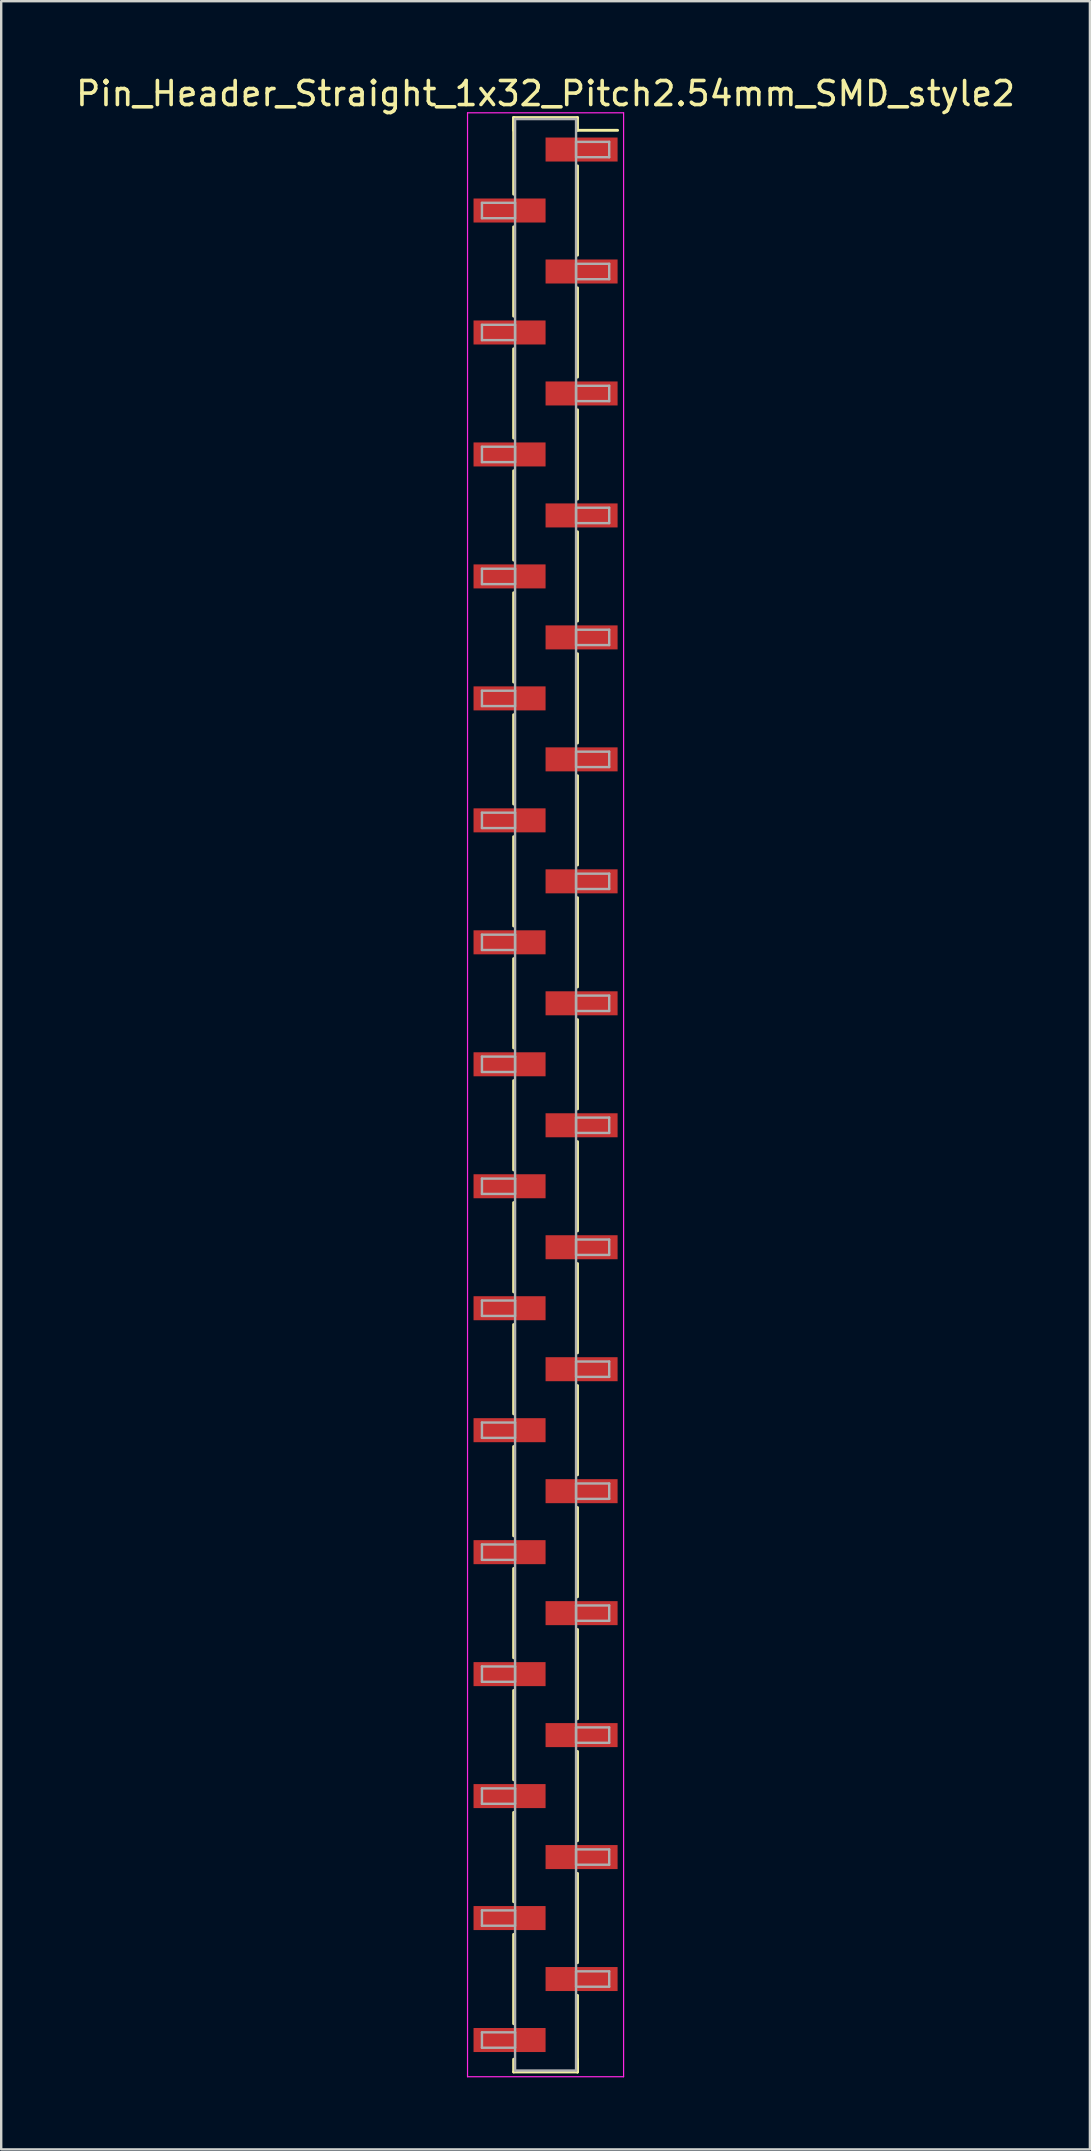
<source format=kicad_pcb>
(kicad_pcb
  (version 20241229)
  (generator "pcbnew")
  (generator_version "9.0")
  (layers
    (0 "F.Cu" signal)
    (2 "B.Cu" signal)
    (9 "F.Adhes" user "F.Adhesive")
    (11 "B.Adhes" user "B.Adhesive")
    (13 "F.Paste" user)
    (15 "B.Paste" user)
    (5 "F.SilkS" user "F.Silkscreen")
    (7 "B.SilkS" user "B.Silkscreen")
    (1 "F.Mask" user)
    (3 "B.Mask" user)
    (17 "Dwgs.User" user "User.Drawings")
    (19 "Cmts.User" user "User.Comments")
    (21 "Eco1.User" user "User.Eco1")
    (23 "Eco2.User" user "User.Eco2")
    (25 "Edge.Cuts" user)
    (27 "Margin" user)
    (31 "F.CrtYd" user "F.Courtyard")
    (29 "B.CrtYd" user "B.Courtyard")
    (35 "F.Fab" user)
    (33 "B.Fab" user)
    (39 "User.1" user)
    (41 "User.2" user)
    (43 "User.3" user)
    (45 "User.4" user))
  (footprint "Pin_Header_Straight_1x32_Pitch2.54mm_SMD_style2"
    (layer "F.Cu")
    (at 19.673 42.548)
    (property "Reference" "Pin_Header_Straight_1x32_Pitch2.54mm_SMD_style2" (at 0 -41.7 0) (layer "F.SilkS") (effects (font (size 1 1) (thickness 0.15))))
    (attr smd)
    (fp_line (start -1.33 -40.7) (end -1.33 -37.51) (stroke (width 0.12) (type solid)) (layer "F.SilkS"))
    (fp_line (start -1.33 -40.7) (end 1.33 -40.7) (stroke (width 0.12) (type solid)) (layer "F.SilkS"))
    (fp_line (start -1.33 -40.17) (end -1.33 -40.7) (stroke (width 0.12) (type solid)) (layer "F.SilkS"))
    (fp_line (start -1.33 -36.15) (end -1.33 -32.43) (stroke (width 0.12) (type solid)) (layer "F.SilkS"))
    (fp_line (start -1.33 -31.07) (end -1.33 -27.35) (stroke (width 0.12) (type solid)) (layer "F.SilkS"))
    (fp_line (start -1.33 -25.99) (end -1.33 -22.27) (stroke (width 0.12) (type solid)) (layer "F.SilkS"))
    (fp_line (start -1.33 -20.91) (end -1.33 -17.19) (stroke (width 0.12) (type solid)) (layer "F.SilkS"))
    (fp_line (start -1.33 -15.83) (end -1.33 -12.11) (stroke (width 0.12) (type solid)) (layer "F.SilkS"))
    (fp_line (start -1.33 -10.75) (end -1.33 -7.03) (stroke (width 0.12) (type solid)) (layer "F.SilkS"))
    (fp_line (start -1.33 -5.67) (end -1.33 -1.95) (stroke (width 0.12) (type solid)) (layer "F.SilkS"))
    (fp_line (start -1.33 -0.59) (end -1.33 3.13) (stroke (width 0.12) (type solid)) (layer "F.SilkS"))
    (fp_line (start -1.33 4.49) (end -1.33 8.21) (stroke (width 0.12) (type solid)) (layer "F.SilkS"))
    (fp_line (start -1.33 9.57) (end -1.33 13.29) (stroke (width 0.12) (type solid)) (layer "F.SilkS"))
    (fp_line (start -1.33 14.65) (end -1.33 18.37) (stroke (width 0.12) (type solid)) (layer "F.SilkS"))
    (fp_line (start -1.33 19.73) (end -1.33 23.45) (stroke (width 0.12) (type solid)) (layer "F.SilkS"))
    (fp_line (start -1.33 24.81) (end -1.33 28.53) (stroke (width 0.12) (type solid)) (layer "F.SilkS"))
    (fp_line (start -1.33 29.89) (end -1.33 33.61) (stroke (width 0.12) (type solid)) (layer "F.SilkS"))
    (fp_line (start -1.33 34.97) (end -1.33 38.69) (stroke (width 0.12) (type solid)) (layer "F.SilkS"))
    (fp_line (start -1.33 40.17) (end -1.33 40.7) (stroke (width 0.12) (type solid)) (layer "F.SilkS"))
    (fp_line (start -1.33 40.7) (end 1.33 40.7) (stroke (width 0.12) (type solid)) (layer "F.SilkS"))
    (fp_line (start 1.33 -40.7) (end 1.33 -40.17) (stroke (width 0.12) (type solid)) (layer "F.SilkS"))
    (fp_line (start 1.33 -40.17) (end 3 -40.17) (stroke (width 0.12) (type solid)) (layer "F.SilkS"))
    (fp_line (start 1.33 -38.69) (end 1.33 -34.97) (stroke (width 0.12) (type solid)) (layer "F.SilkS"))
    (fp_line (start 1.33 -33.61) (end 1.33 -29.89) (stroke (width 0.12) (type solid)) (layer "F.SilkS"))
    (fp_line (start 1.33 -28.53) (end 1.33 -24.81) (stroke (width 0.12) (type solid)) (layer "F.SilkS"))
    (fp_line (start 1.33 -23.45) (end 1.33 -19.73) (stroke (width 0.12) (type solid)) (layer "F.SilkS"))
    (fp_line (start 1.33 -18.37) (end 1.33 -14.65) (stroke (width 0.12) (type solid)) (layer "F.SilkS"))
    (fp_line (start 1.33 -13.29) (end 1.33 -9.57) (stroke (width 0.12) (type solid)) (layer "F.SilkS"))
    (fp_line (start 1.33 -8.21) (end 1.33 -4.49) (stroke (width 0.12) (type solid)) (layer "F.SilkS"))
    (fp_line (start 1.33 -3.13) (end 1.33 0.59) (stroke (width 0.12) (type solid)) (layer "F.SilkS"))
    (fp_line (start 1.33 1.95) (end 1.33 5.67) (stroke (width 0.12) (type solid)) (layer "F.SilkS"))
    (fp_line (start 1.33 7.03) (end 1.33 10.75) (stroke (width 0.12) (type solid)) (layer "F.SilkS"))
    (fp_line (start 1.33 12.11) (end 1.33 15.83) (stroke (width 0.12) (type solid)) (layer "F.SilkS"))
    (fp_line (start 1.33 17.19) (end 1.33 20.91) (stroke (width 0.12) (type solid)) (layer "F.SilkS"))
    (fp_line (start 1.33 22.27) (end 1.33 25.99) (stroke (width 0.12) (type solid)) (layer "F.SilkS"))
    (fp_line (start 1.33 27.35) (end 1.33 31.07) (stroke (width 0.12) (type solid)) (layer "F.SilkS"))
    (fp_line (start 1.33 32.43) (end 1.33 36.15) (stroke (width 0.12) (type solid)) (layer "F.SilkS"))
    (fp_line (start 1.33 37.51) (end 1.33 40.7) (stroke (width 0.12) (type solid)) (layer "F.SilkS"))
    (fp_line (start 1.33 40.7) (end 1.33 40.17) (stroke (width 0.12) (type solid)) (layer "F.SilkS"))
    (fp_line (start -3.25 -40.9) (end -3.25 40.9) (stroke (width 0.05) (type solid)) (layer "F.CrtYd"))
    (fp_line (start -3.25 40.9) (end 3.25 40.9) (stroke (width 0.05) (type solid)) (layer "F.CrtYd"))
    (fp_line (start 3.25 -40.9) (end -3.25 -40.9) (stroke (width 0.05) (type solid)) (layer "F.CrtYd"))
    (fp_line (start 3.25 40.9) (end 3.25 -40.9) (stroke (width 0.05) (type solid)) (layer "F.CrtYd"))
    (fp_line (start -2.65 -37.15) (end -1.27 -37.15) (stroke (width 0.1) (type solid)) (layer "F.Fab"))
    (fp_line (start -2.65 -36.51) (end -2.65 -37.15) (stroke (width 0.1) (type solid)) (layer "F.Fab"))
    (fp_line (start -2.65 -32.07) (end -1.27 -32.07) (stroke (width 0.1) (type solid)) (layer "F.Fab"))
    (fp_line (start -2.65 -31.43) (end -2.65 -32.07) (stroke (width 0.1) (type solid)) (layer "F.Fab"))
    (fp_line (start -2.65 -26.99) (end -1.27 -26.99) (stroke (width 0.1) (type solid)) (layer "F.Fab"))
    (fp_line (start -2.65 -26.35) (end -2.65 -26.99) (stroke (width 0.1) (type solid)) (layer "F.Fab"))
    (fp_line (start -2.65 -21.91) (end -1.27 -21.91) (stroke (width 0.1) (type solid)) (layer "F.Fab"))
    (fp_line (start -2.65 -21.27) (end -2.65 -21.91) (stroke (width 0.1) (type solid)) (layer "F.Fab"))
    (fp_line (start -2.65 -16.83) (end -1.27 -16.83) (stroke (width 0.1) (type solid)) (layer "F.Fab"))
    (fp_line (start -2.65 -16.19) (end -2.65 -16.83) (stroke (width 0.1) (type solid)) (layer "F.Fab"))
    (fp_line (start -2.65 -11.75) (end -1.27 -11.75) (stroke (width 0.1) (type solid)) (layer "F.Fab"))
    (fp_line (start -2.65 -11.11) (end -2.65 -11.75) (stroke (width 0.1) (type solid)) (layer "F.Fab"))
    (fp_line (start -2.65 -6.67) (end -1.27 -6.67) (stroke (width 0.1) (type solid)) (layer "F.Fab"))
    (fp_line (start -2.65 -6.03) (end -2.65 -6.67) (stroke (width 0.1) (type solid)) (layer "F.Fab"))
    (fp_line (start -2.65 -1.59) (end -1.27 -1.59) (stroke (width 0.1) (type solid)) (layer "F.Fab"))
    (fp_line (start -2.65 -0.95) (end -2.65 -1.59) (stroke (width 0.1) (type solid)) (layer "F.Fab"))
    (fp_line (start -2.65 3.49) (end -1.27 3.49) (stroke (width 0.1) (type solid)) (layer "F.Fab"))
    (fp_line (start -2.65 4.13) (end -2.65 3.49) (stroke (width 0.1) (type solid)) (layer "F.Fab"))
    (fp_line (start -2.65 8.57) (end -1.27 8.57) (stroke (width 0.1) (type solid)) (layer "F.Fab"))
    (fp_line (start -2.65 9.21) (end -2.65 8.57) (stroke (width 0.1) (type solid)) (layer "F.Fab"))
    (fp_line (start -2.65 13.65) (end -1.27 13.65) (stroke (width 0.1) (type solid)) (layer "F.Fab"))
    (fp_line (start -2.65 14.29) (end -2.65 13.65) (stroke (width 0.1) (type solid)) (layer "F.Fab"))
    (fp_line (start -2.65 18.73) (end -1.27 18.73) (stroke (width 0.1) (type solid)) (layer "F.Fab"))
    (fp_line (start -2.65 19.37) (end -2.65 18.73) (stroke (width 0.1) (type solid)) (layer "F.Fab"))
    (fp_line (start -2.65 23.81) (end -1.27 23.81) (stroke (width 0.1) (type solid)) (layer "F.Fab"))
    (fp_line (start -2.65 24.45) (end -2.65 23.81) (stroke (width 0.1) (type solid)) (layer "F.Fab"))
    (fp_line (start -2.65 28.89) (end -1.27 28.89) (stroke (width 0.1) (type solid)) (layer "F.Fab"))
    (fp_line (start -2.65 29.53) (end -2.65 28.89) (stroke (width 0.1) (type solid)) (layer "F.Fab"))
    (fp_line (start -2.65 33.97) (end -1.27 33.97) (stroke (width 0.1) (type solid)) (layer "F.Fab"))
    (fp_line (start -2.65 34.61) (end -2.65 33.97) (stroke (width 0.1) (type solid)) (layer "F.Fab"))
    (fp_line (start -2.65 39.05) (end -1.27 39.05) (stroke (width 0.1) (type solid)) (layer "F.Fab"))
    (fp_line (start -2.65 39.69) (end -2.65 39.05) (stroke (width 0.1) (type solid)) (layer "F.Fab"))
    (fp_line (start -1.27 -40.64) (end -1.27 40.64) (stroke (width 0.1) (type solid)) (layer "F.Fab"))
    (fp_line (start -1.27 -37.15) (end -1.27 -36.51) (stroke (width 0.1) (type solid)) (layer "F.Fab"))
    (fp_line (start -1.27 -36.51) (end -2.65 -36.51) (stroke (width 0.1) (type solid)) (layer "F.Fab"))
    (fp_line (start -1.27 -32.07) (end -1.27 -31.43) (stroke (width 0.1) (type solid)) (layer "F.Fab"))
    (fp_line (start -1.27 -31.43) (end -2.65 -31.43) (stroke (width 0.1) (type solid)) (layer "F.Fab"))
    (fp_line (start -1.27 -26.99) (end -1.27 -26.35) (stroke (width 0.1) (type solid)) (layer "F.Fab"))
    (fp_line (start -1.27 -26.35) (end -2.65 -26.35) (stroke (width 0.1) (type solid)) (layer "F.Fab"))
    (fp_line (start -1.27 -21.91) (end -1.27 -21.27) (stroke (width 0.1) (type solid)) (layer "F.Fab"))
    (fp_line (start -1.27 -21.27) (end -2.65 -21.27) (stroke (width 0.1) (type solid)) (layer "F.Fab"))
    (fp_line (start -1.27 -16.83) (end -1.27 -16.19) (stroke (width 0.1) (type solid)) (layer "F.Fab"))
    (fp_line (start -1.27 -16.19) (end -2.65 -16.19) (stroke (width 0.1) (type solid)) (layer "F.Fab"))
    (fp_line (start -1.27 -11.75) (end -1.27 -11.11) (stroke (width 0.1) (type solid)) (layer "F.Fab"))
    (fp_line (start -1.27 -11.11) (end -2.65 -11.11) (stroke (width 0.1) (type solid)) (layer "F.Fab"))
    (fp_line (start -1.27 -6.67) (end -1.27 -6.03) (stroke (width 0.1) (type solid)) (layer "F.Fab"))
    (fp_line (start -1.27 -6.03) (end -2.65 -6.03) (stroke (width 0.1) (type solid)) (layer "F.Fab"))
    (fp_line (start -1.27 -1.59) (end -1.27 -0.95) (stroke (width 0.1) (type solid)) (layer "F.Fab"))
    (fp_line (start -1.27 -0.95) (end -2.65 -0.95) (stroke (width 0.1) (type solid)) (layer "F.Fab"))
    (fp_line (start -1.27 3.49) (end -1.27 4.13) (stroke (width 0.1) (type solid)) (layer "F.Fab"))
    (fp_line (start -1.27 4.13) (end -2.65 4.13) (stroke (width 0.1) (type solid)) (layer "F.Fab"))
    (fp_line (start -1.27 8.57) (end -1.27 9.21) (stroke (width 0.1) (type solid)) (layer "F.Fab"))
    (fp_line (start -1.27 9.21) (end -2.65 9.21) (stroke (width 0.1) (type solid)) (layer "F.Fab"))
    (fp_line (start -1.27 13.65) (end -1.27 14.29) (stroke (width 0.1) (type solid)) (layer "F.Fab"))
    (fp_line (start -1.27 14.29) (end -2.65 14.29) (stroke (width 0.1) (type solid)) (layer "F.Fab"))
    (fp_line (start -1.27 18.73) (end -1.27 19.37) (stroke (width 0.1) (type solid)) (layer "F.Fab"))
    (fp_line (start -1.27 19.37) (end -2.65 19.37) (stroke (width 0.1) (type solid)) (layer "F.Fab"))
    (fp_line (start -1.27 23.81) (end -1.27 24.45) (stroke (width 0.1) (type solid)) (layer "F.Fab"))
    (fp_line (start -1.27 24.45) (end -2.65 24.45) (stroke (width 0.1) (type solid)) (layer "F.Fab"))
    (fp_line (start -1.27 28.89) (end -1.27 29.53) (stroke (width 0.1) (type solid)) (layer "F.Fab"))
    (fp_line (start -1.27 29.53) (end -2.65 29.53) (stroke (width 0.1) (type solid)) (layer "F.Fab"))
    (fp_line (start -1.27 33.97) (end -1.27 34.61) (stroke (width 0.1) (type solid)) (layer "F.Fab"))
    (fp_line (start -1.27 34.61) (end -2.65 34.61) (stroke (width 0.1) (type solid)) (layer "F.Fab"))
    (fp_line (start -1.27 39.05) (end -1.27 39.69) (stroke (width 0.1) (type solid)) (layer "F.Fab"))
    (fp_line (start -1.27 39.69) (end -2.65 39.69) (stroke (width 0.1) (type solid)) (layer "F.Fab"))
    (fp_line (start -1.27 40.64) (end 1.27 40.64) (stroke (width 0.1) (type solid)) (layer "F.Fab"))
    (fp_line (start 1.27 -40.64) (end -1.27 -40.64) (stroke (width 0.1) (type solid)) (layer "F.Fab"))
    (fp_line (start 1.27 -39.69) (end 1.27 -39.05) (stroke (width 0.1) (type solid)) (layer "F.Fab"))
    (fp_line (start 1.27 -39.05) (end 2.65 -39.05) (stroke (width 0.1) (type solid)) (layer "F.Fab"))
    (fp_line (start 1.27 -34.61) (end 1.27 -33.97) (stroke (width 0.1) (type solid)) (layer "F.Fab"))
    (fp_line (start 1.27 -33.97) (end 2.65 -33.97) (stroke (width 0.1) (type solid)) (layer "F.Fab"))
    (fp_line (start 1.27 -29.53) (end 1.27 -28.89) (stroke (width 0.1) (type solid)) (layer "F.Fab"))
    (fp_line (start 1.27 -28.89) (end 2.65 -28.89) (stroke (width 0.1) (type solid)) (layer "F.Fab"))
    (fp_line (start 1.27 -24.45) (end 1.27 -23.81) (stroke (width 0.1) (type solid)) (layer "F.Fab"))
    (fp_line (start 1.27 -23.81) (end 2.65 -23.81) (stroke (width 0.1) (type solid)) (layer "F.Fab"))
    (fp_line (start 1.27 -19.37) (end 1.27 -18.73) (stroke (width 0.1) (type solid)) (layer "F.Fab"))
    (fp_line (start 1.27 -18.73) (end 2.65 -18.73) (stroke (width 0.1) (type solid)) (layer "F.Fab"))
    (fp_line (start 1.27 -14.29) (end 1.27 -13.65) (stroke (width 0.1) (type solid)) (layer "F.Fab"))
    (fp_line (start 1.27 -13.65) (end 2.65 -13.65) (stroke (width 0.1) (type solid)) (layer "F.Fab"))
    (fp_line (start 1.27 -9.21) (end 1.27 -8.57) (stroke (width 0.1) (type solid)) (layer "F.Fab"))
    (fp_line (start 1.27 -8.57) (end 2.65 -8.57) (stroke (width 0.1) (type solid)) (layer "F.Fab"))
    (fp_line (start 1.27 -4.13) (end 1.27 -3.49) (stroke (width 0.1) (type solid)) (layer "F.Fab"))
    (fp_line (start 1.27 -3.49) (end 2.65 -3.49) (stroke (width 0.1) (type solid)) (layer "F.Fab"))
    (fp_line (start 1.27 0.95) (end 1.27 1.59) (stroke (width 0.1) (type solid)) (layer "F.Fab"))
    (fp_line (start 1.27 1.59) (end 2.65 1.59) (stroke (width 0.1) (type solid)) (layer "F.Fab"))
    (fp_line (start 1.27 6.03) (end 1.27 6.67) (stroke (width 0.1) (type solid)) (layer "F.Fab"))
    (fp_line (start 1.27 6.67) (end 2.65 6.67) (stroke (width 0.1) (type solid)) (layer "F.Fab"))
    (fp_line (start 1.27 11.11) (end 1.27 11.75) (stroke (width 0.1) (type solid)) (layer "F.Fab"))
    (fp_line (start 1.27 11.75) (end 2.65 11.75) (stroke (width 0.1) (type solid)) (layer "F.Fab"))
    (fp_line (start 1.27 16.19) (end 1.27 16.83) (stroke (width 0.1) (type solid)) (layer "F.Fab"))
    (fp_line (start 1.27 16.83) (end 2.65 16.83) (stroke (width 0.1) (type solid)) (layer "F.Fab"))
    (fp_line (start 1.27 21.27) (end 1.27 21.91) (stroke (width 0.1) (type solid)) (layer "F.Fab"))
    (fp_line (start 1.27 21.91) (end 2.65 21.91) (stroke (width 0.1) (type solid)) (layer "F.Fab"))
    (fp_line (start 1.27 26.35) (end 1.27 26.99) (stroke (width 0.1) (type solid)) (layer "F.Fab"))
    (fp_line (start 1.27 26.99) (end 2.65 26.99) (stroke (width 0.1) (type solid)) (layer "F.Fab"))
    (fp_line (start 1.27 31.43) (end 1.27 32.07) (stroke (width 0.1) (type solid)) (layer "F.Fab"))
    (fp_line (start 1.27 32.07) (end 2.65 32.07) (stroke (width 0.1) (type solid)) (layer "F.Fab"))
    (fp_line (start 1.27 36.51) (end 1.27 37.15) (stroke (width 0.1) (type solid)) (layer "F.Fab"))
    (fp_line (start 1.27 37.15) (end 2.65 37.15) (stroke (width 0.1) (type solid)) (layer "F.Fab"))
    (fp_line (start 1.27 40.64) (end 1.27 -40.64) (stroke (width 0.1) (type solid)) (layer "F.Fab"))
    (fp_line (start 2.65 -39.69) (end 1.27 -39.69) (stroke (width 0.1) (type solid)) (layer "F.Fab"))
    (fp_line (start 2.65 -39.05) (end 2.65 -39.69) (stroke (width 0.1) (type solid)) (layer "F.Fab"))
    (fp_line (start 2.65 -34.61) (end 1.27 -34.61) (stroke (width 0.1) (type solid)) (layer "F.Fab"))
    (fp_line (start 2.65 -33.97) (end 2.65 -34.61) (stroke (width 0.1) (type solid)) (layer "F.Fab"))
    (fp_line (start 2.65 -29.53) (end 1.27 -29.53) (stroke (width 0.1) (type solid)) (layer "F.Fab"))
    (fp_line (start 2.65 -28.89) (end 2.65 -29.53) (stroke (width 0.1) (type solid)) (layer "F.Fab"))
    (fp_line (start 2.65 -24.45) (end 1.27 -24.45) (stroke (width 0.1) (type solid)) (layer "F.Fab"))
    (fp_line (start 2.65 -23.81) (end 2.65 -24.45) (stroke (width 0.1) (type solid)) (layer "F.Fab"))
    (fp_line (start 2.65 -19.37) (end 1.27 -19.37) (stroke (width 0.1) (type solid)) (layer "F.Fab"))
    (fp_line (start 2.65 -18.73) (end 2.65 -19.37) (stroke (width 0.1) (type solid)) (layer "F.Fab"))
    (fp_line (start 2.65 -14.29) (end 1.27 -14.29) (stroke (width 0.1) (type solid)) (layer "F.Fab"))
    (fp_line (start 2.65 -13.65) (end 2.65 -14.29) (stroke (width 0.1) (type solid)) (layer "F.Fab"))
    (fp_line (start 2.65 -9.21) (end 1.27 -9.21) (stroke (width 0.1) (type solid)) (layer "F.Fab"))
    (fp_line (start 2.65 -8.57) (end 2.65 -9.21) (stroke (width 0.1) (type solid)) (layer "F.Fab"))
    (fp_line (start 2.65 -4.13) (end 1.27 -4.13) (stroke (width 0.1) (type solid)) (layer "F.Fab"))
    (fp_line (start 2.65 -3.49) (end 2.65 -4.13) (stroke (width 0.1) (type solid)) (layer "F.Fab"))
    (fp_line (start 2.65 0.95) (end 1.27 0.95) (stroke (width 0.1) (type solid)) (layer "F.Fab"))
    (fp_line (start 2.65 1.59) (end 2.65 0.95) (stroke (width 0.1) (type solid)) (layer "F.Fab"))
    (fp_line (start 2.65 6.03) (end 1.27 6.03) (stroke (width 0.1) (type solid)) (layer "F.Fab"))
    (fp_line (start 2.65 6.67) (end 2.65 6.03) (stroke (width 0.1) (type solid)) (layer "F.Fab"))
    (fp_line (start 2.65 11.11) (end 1.27 11.11) (stroke (width 0.1) (type solid)) (layer "F.Fab"))
    (fp_line (start 2.65 11.75) (end 2.65 11.11) (stroke (width 0.1) (type solid)) (layer "F.Fab"))
    (fp_line (start 2.65 16.19) (end 1.27 16.19) (stroke (width 0.1) (type solid)) (layer "F.Fab"))
    (fp_line (start 2.65 16.83) (end 2.65 16.19) (stroke (width 0.1) (type solid)) (layer "F.Fab"))
    (fp_line (start 2.65 21.27) (end 1.27 21.27) (stroke (width 0.1) (type solid)) (layer "F.Fab"))
    (fp_line (start 2.65 21.91) (end 2.65 21.27) (stroke (width 0.1) (type solid)) (layer "F.Fab"))
    (fp_line (start 2.65 26.35) (end 1.27 26.35) (stroke (width 0.1) (type solid)) (layer "F.Fab"))
    (fp_line (start 2.65 26.99) (end 2.65 26.35) (stroke (width 0.1) (type solid)) (layer "F.Fab"))
    (fp_line (start 2.65 31.43) (end 1.27 31.43) (stroke (width 0.1) (type solid)) (layer "F.Fab"))
    (fp_line (start 2.65 32.07) (end 2.65 31.43) (stroke (width 0.1) (type solid)) (layer "F.Fab"))
    (fp_line (start 2.65 36.51) (end 1.27 36.51) (stroke (width 0.1) (type solid)) (layer "F.Fab"))
    (fp_line (start 2.65 37.15) (end 2.65 36.51) (stroke (width 0.1) (type solid)) (layer "F.Fab"))
    (pad "1" smd rect (at 1.5 -39.37) (size 3 1) (layers "F.Cu" "F.Mask"))
    (pad "2" smd rect (at -1.5 -36.83) (size 3 1) (layers "F.Cu" "F.Mask"))
    (pad "3" smd rect (at 1.5 -34.29) (size 3 1) (layers "F.Cu" "F.Mask"))
    (pad "4" smd rect (at -1.5 -31.75) (size 3 1) (layers "F.Cu" "F.Mask"))
    (pad "5" smd rect (at 1.5 -29.21) (size 3 1) (layers "F.Cu" "F.Mask"))
    (pad "6" smd rect (at -1.5 -26.67) (size 3 1) (layers "F.Cu" "F.Mask"))
    (pad "7" smd rect (at 1.5 -24.13) (size 3 1) (layers "F.Cu" "F.Mask"))
    (pad "8" smd rect (at -1.5 -21.59) (size 3 1) (layers "F.Cu" "F.Mask"))
    (pad "9" smd rect (at 1.5 -19.05) (size 3 1) (layers "F.Cu" "F.Mask"))
    (pad "10" smd rect (at -1.5 -16.51) (size 3 1) (layers "F.Cu" "F.Mask"))
    (pad "11" smd rect (at 1.5 -13.97) (size 3 1) (layers "F.Cu" "F.Mask"))
    (pad "12" smd rect (at -1.5 -11.43) (size 3 1) (layers "F.Cu" "F.Mask"))
    (pad "13" smd rect (at 1.5 -8.89) (size 3 1) (layers "F.Cu" "F.Mask"))
    (pad "14" smd rect (at -1.5 -6.35) (size 3 1) (layers "F.Cu" "F.Mask"))
    (pad "15" smd rect (at 1.5 -3.81) (size 3 1) (layers "F.Cu" "F.Mask"))
    (pad "16" smd rect (at -1.5 -1.27) (size 3 1) (layers "F.Cu" "F.Mask"))
    (pad "17" smd rect (at 1.5 1.27) (size 3 1) (layers "F.Cu" "F.Mask"))
    (pad "18" smd rect (at -1.5 3.81) (size 3 1) (layers "F.Cu" "F.Mask"))
    (pad "19" smd rect (at 1.5 6.35) (size 3 1) (layers "F.Cu" "F.Mask"))
    (pad "20" smd rect (at -1.5 8.89) (size 3 1) (layers "F.Cu" "F.Mask"))
    (pad "21" smd rect (at 1.5 11.43) (size 3 1) (layers "F.Cu" "F.Mask"))
    (pad "22" smd rect (at -1.5 13.97) (size 3 1) (layers "F.Cu" "F.Mask"))
    (pad "23" smd rect (at 1.5 16.51) (size 3 1) (layers "F.Cu" "F.Mask"))
    (pad "24" smd rect (at -1.5 19.05) (size 3 1) (layers "F.Cu" "F.Mask"))
    (pad "25" smd rect (at 1.5 21.59) (size 3 1) (layers "F.Cu" "F.Mask"))
    (pad "26" smd rect (at -1.5 24.13) (size 3 1) (layers "F.Cu" "F.Mask"))
    (pad "27" smd rect (at 1.5 26.67) (size 3 1) (layers "F.Cu" "F.Mask"))
    (pad "28" smd rect (at -1.5 29.21) (size 3 1) (layers "F.Cu" "F.Mask"))
    (pad "29" smd rect (at 1.5 31.75) (size 3 1) (layers "F.Cu" "F.Mask"))
    (pad "30" smd rect (at -1.5 34.29) (size 3 1) (layers "F.Cu" "F.Mask"))
    (pad "31" smd rect (at 1.5 36.83) (size 3 1) (layers "F.Cu" "F.Mask"))
    (pad "32" smd rect (at -1.5 39.37) (size 3 1) (layers "F.Cu" "F.Mask")))
  (gr_rect
    (start -3 -3)
    (end 42.345 86.473)
    (stroke (width 0.1) (type default))
    (fill no)
    (layer "Edge.Cuts")))
</source>
